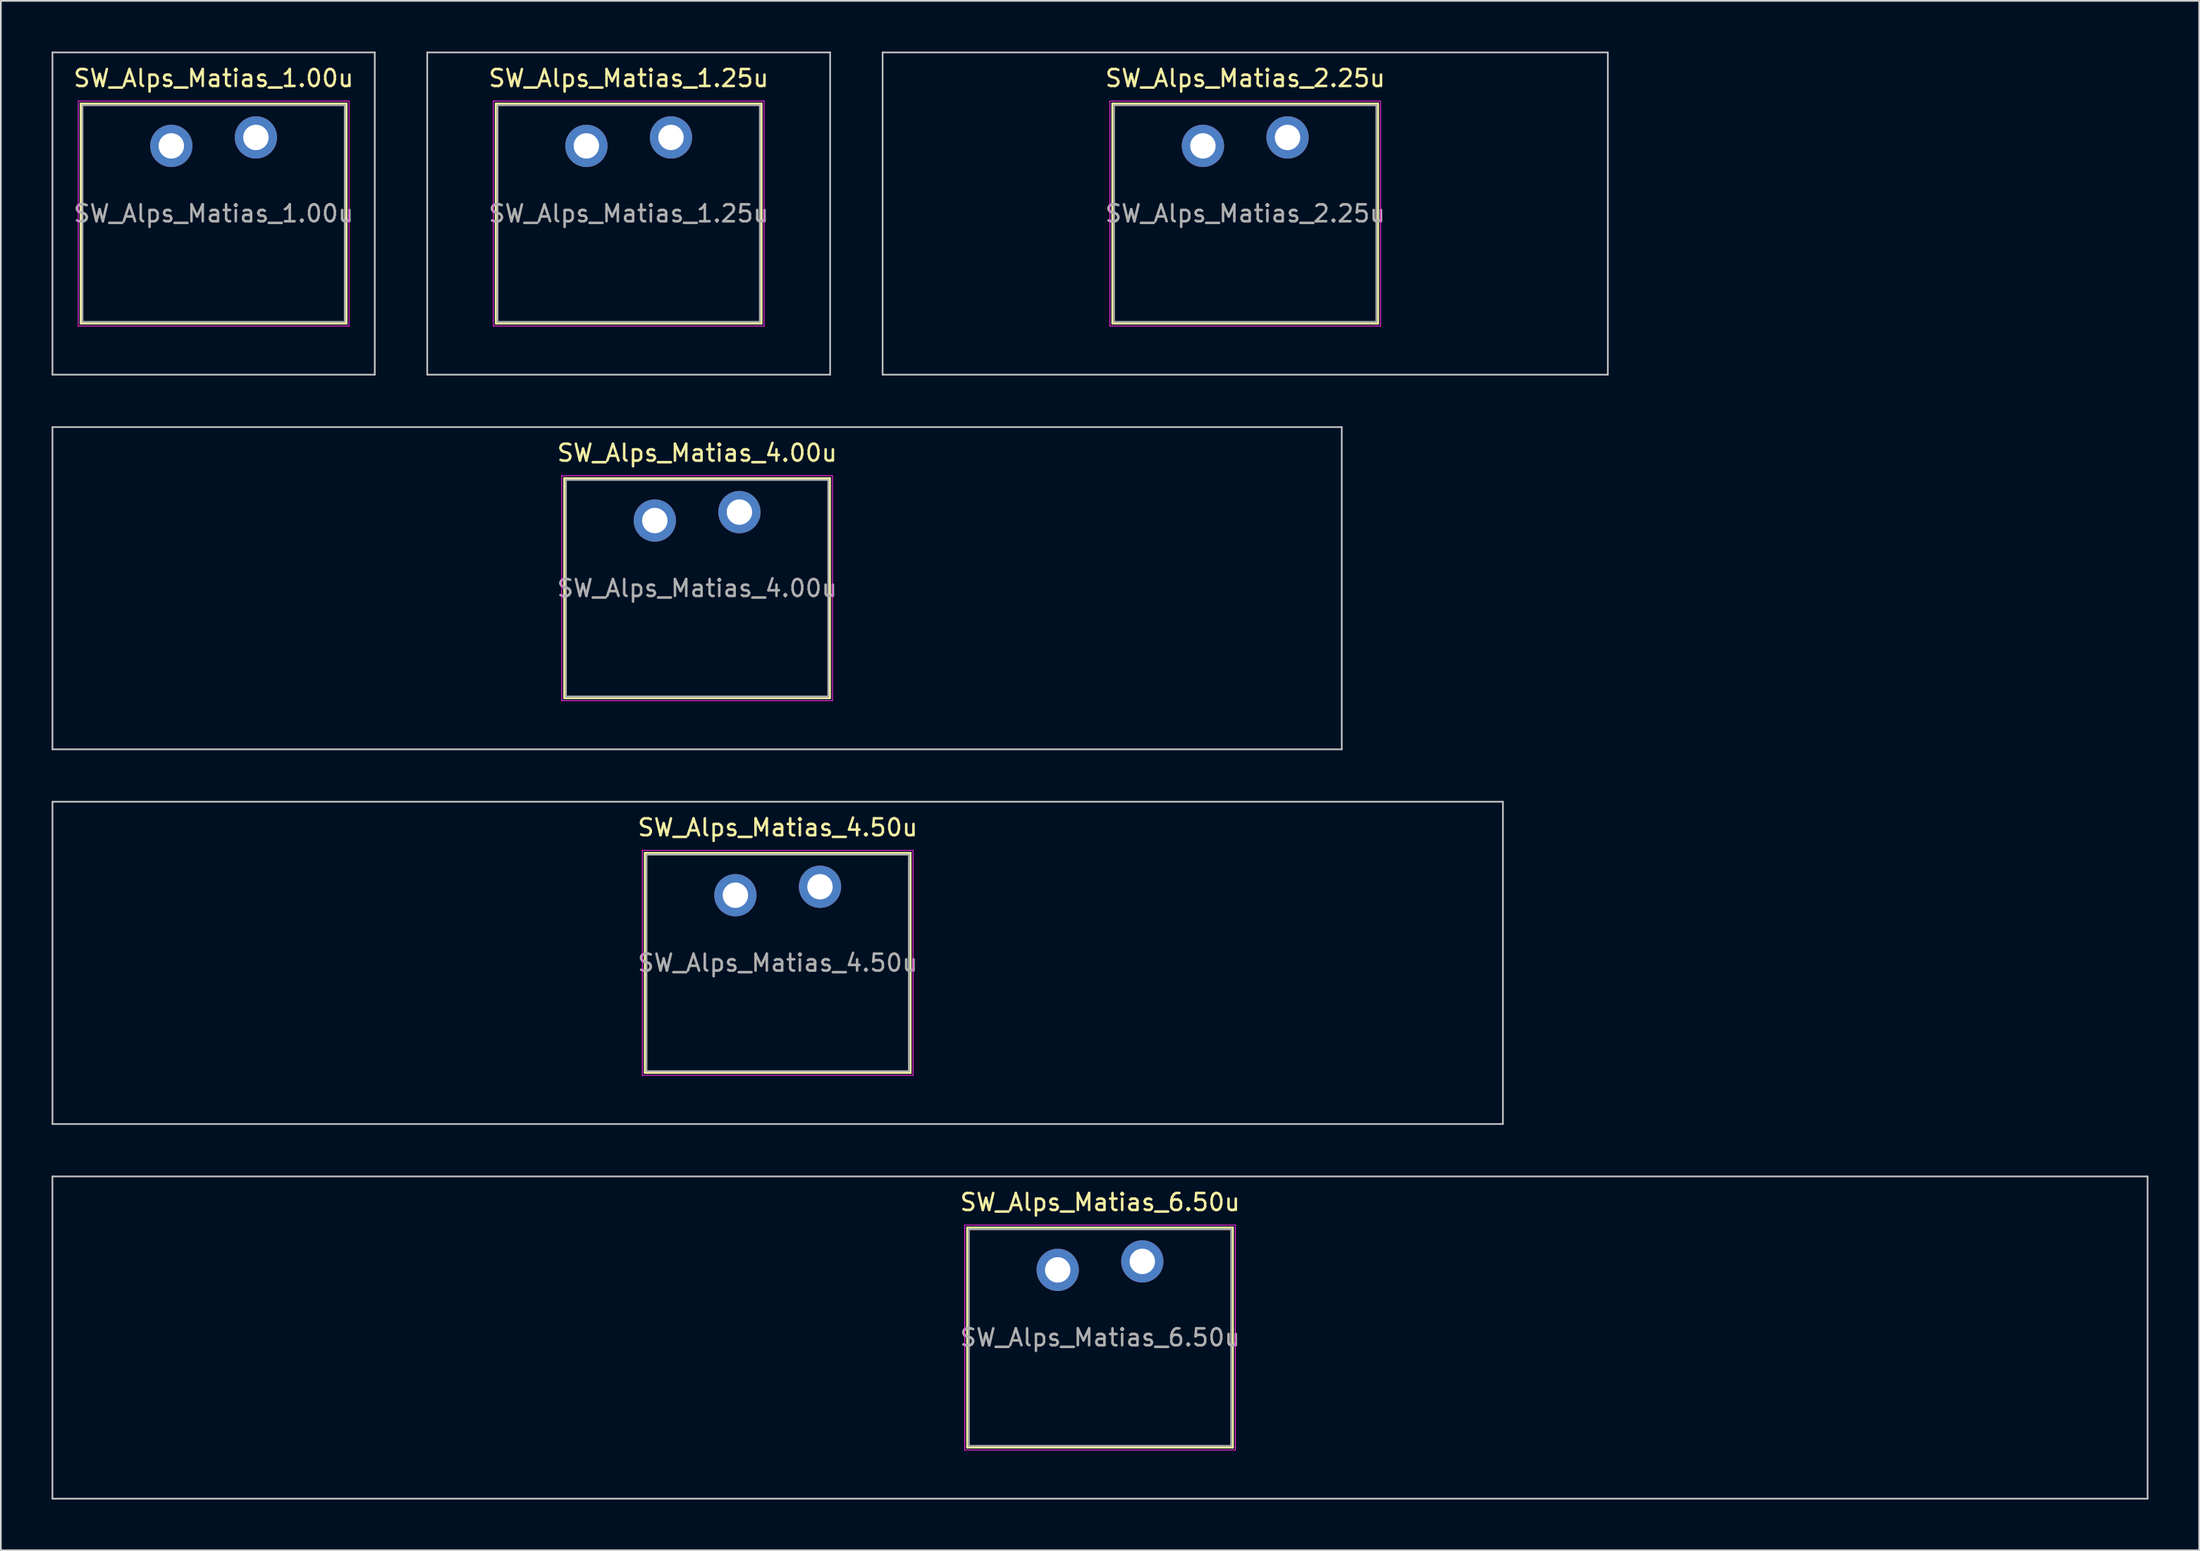
<source format=kicad_pcb>
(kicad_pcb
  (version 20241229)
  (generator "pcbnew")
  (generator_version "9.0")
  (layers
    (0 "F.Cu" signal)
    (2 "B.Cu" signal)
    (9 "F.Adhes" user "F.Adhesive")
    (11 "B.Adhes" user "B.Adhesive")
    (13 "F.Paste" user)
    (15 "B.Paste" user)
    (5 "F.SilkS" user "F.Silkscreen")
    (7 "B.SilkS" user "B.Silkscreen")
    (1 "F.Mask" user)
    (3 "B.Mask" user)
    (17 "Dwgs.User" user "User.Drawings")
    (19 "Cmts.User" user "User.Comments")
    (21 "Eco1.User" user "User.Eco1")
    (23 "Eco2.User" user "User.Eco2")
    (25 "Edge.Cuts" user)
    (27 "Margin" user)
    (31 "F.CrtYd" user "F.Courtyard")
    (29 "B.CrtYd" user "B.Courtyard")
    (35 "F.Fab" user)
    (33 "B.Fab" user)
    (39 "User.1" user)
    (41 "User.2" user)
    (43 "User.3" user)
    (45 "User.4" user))
  (footprint "SW_Alps_Matias_1.25u"
    (layer "F.Cu")
    (at 34.106 9.575)
    (property "Reference" "SW_Alps_Matias_1.25u" (at 0 -8 0) (layer "F.SilkS") (effects (font (size 1 1) (thickness 0.15))))
    (attr through_hole)
    (fp_line (start -7.85 -6.5) (end -7.85 6.5) (stroke (width 0.12) (type solid)) (layer "F.SilkS"))
    (fp_line (start -7.85 6.5) (end 7.85 6.5) (stroke (width 0.12) (type solid)) (layer "F.SilkS"))
    (fp_line (start 7.85 -6.5) (end -7.85 -6.5) (stroke (width 0.12) (type solid)) (layer "F.SilkS"))
    (fp_line (start 7.85 6.5) (end 7.85 -6.5) (stroke (width 0.12) (type solid)) (layer "F.SilkS"))
    (fp_line (start -11.906 -9.525) (end -11.906 9.525) (stroke (width 0.1) (type solid)) (layer "Dwgs.User"))
    (fp_line (start -11.906 9.525) (end 11.906 9.525) (stroke (width 0.1) (type solid)) (layer "Dwgs.User"))
    (fp_line (start 11.906 -9.525) (end -11.906 -9.525) (stroke (width 0.1) (type solid)) (layer "Dwgs.User"))
    (fp_line (start 11.906 9.525) (end 11.906 -9.525) (stroke (width 0.1) (type solid)) (layer "Dwgs.User"))
    (fp_line (start -8 -6.65) (end -8 6.65) (stroke (width 0.05) (type solid)) (layer "F.CrtYd"))
    (fp_line (start -8 6.65) (end 8 6.65) (stroke (width 0.05) (type solid)) (layer "F.CrtYd"))
    (fp_line (start 8 -6.65) (end -8 -6.65) (stroke (width 0.05) (type solid)) (layer "F.CrtYd"))
    (fp_line (start 8 6.65) (end 8 -6.65) (stroke (width 0.05) (type solid)) (layer "F.CrtYd"))
    (fp_line (start -7.75 -6.4) (end -7.75 6.4) (stroke (width 0.1) (type solid)) (layer "F.Fab"))
    (fp_line (start -7.75 6.4) (end 7.75 6.4) (stroke (width 0.1) (type solid)) (layer "F.Fab"))
    (fp_line (start 7.75 -6.4) (end -7.75 -6.4) (stroke (width 0.1) (type solid)) (layer "F.Fab"))
    (fp_line (start 7.75 6.4) (end 7.75 -6.4) (stroke (width 0.1) (type solid)) (layer "F.Fab"))
    (fp_text user "${REFERENCE}" (at 0 0 0) (layer "F.Fab") (effects (font (size 1 1) (thickness 0.15))))
    (pad "1" thru_hole circle (at -2.5 -4) (size 2.5 2.5) (drill 1.5) (layers "*.Cu" "B.Mask"))
    (pad "2" thru_hole circle (at 2.5 -4.5) (size 2.5 2.5) (drill 1.5) (layers "*.Cu" "B.Mask")))
  (footprint "SW_Alps_Matias_1.00u"
    (layer "F.Cu")
    (at 9.575 9.575)
    (property "Reference" "SW_Alps_Matias_1.00u" (at 0 -8 0) (layer "F.SilkS") (effects (font (size 1 1) (thickness 0.15))))
    (attr through_hole)
    (fp_line (start -7.85 -6.5) (end -7.85 6.5) (stroke (width 0.12) (type solid)) (layer "F.SilkS"))
    (fp_line (start -7.85 6.5) (end 7.85 6.5) (stroke (width 0.12) (type solid)) (layer "F.SilkS"))
    (fp_line (start 7.85 -6.5) (end -7.85 -6.5) (stroke (width 0.12) (type solid)) (layer "F.SilkS"))
    (fp_line (start 7.85 6.5) (end 7.85 -6.5) (stroke (width 0.12) (type solid)) (layer "F.SilkS"))
    (fp_line (start -9.525 -9.525) (end -9.525 9.525) (stroke (width 0.1) (type solid)) (layer "Dwgs.User"))
    (fp_line (start -9.525 9.525) (end 9.525 9.525) (stroke (width 0.1) (type solid)) (layer "Dwgs.User"))
    (fp_line (start 9.525 -9.525) (end -9.525 -9.525) (stroke (width 0.1) (type solid)) (layer "Dwgs.User"))
    (fp_line (start 9.525 9.525) (end 9.525 -9.525) (stroke (width 0.1) (type solid)) (layer "Dwgs.User"))
    (fp_line (start -7.75 -6.4) (end -7.75 6.4) (stroke (width 0.1) (type solid)) (layer "Eco1.User"))
    (fp_line (start -7.75 6.4) (end 7.75 6.4) (stroke (width 0.1) (type solid)) (layer "Eco1.User"))
    (fp_line (start 7.75 -6.4) (end -7.75 -6.4) (stroke (width 0.1) (type solid)) (layer "Eco1.User"))
    (fp_line (start 7.75 6.4) (end 7.75 -6.4) (stroke (width 0.1) (type solid)) (layer "Eco1.User"))
    (fp_line (start -8 -6.65) (end -8 6.65) (stroke (width 0.05) (type solid)) (layer "F.CrtYd"))
    (fp_line (start -8 6.65) (end 8 6.65) (stroke (width 0.05) (type solid)) (layer "F.CrtYd"))
    (fp_line (start 8 -6.65) (end -8 -6.65) (stroke (width 0.05) (type solid)) (layer "F.CrtYd"))
    (fp_line (start 8 6.65) (end 8 -6.65) (stroke (width 0.05) (type solid)) (layer "F.CrtYd"))
    (fp_line (start -7.75 -6.4) (end -7.75 6.4) (stroke (width 0.1) (type solid)) (layer "F.Fab"))
    (fp_line (start -7.75 6.4) (end 7.75 6.4) (stroke (width 0.1) (type solid)) (layer "F.Fab"))
    (fp_line (start 7.75 -6.4) (end -7.75 -6.4) (stroke (width 0.1) (type solid)) (layer "F.Fab"))
    (fp_line (start 7.75 6.4) (end 7.75 -6.4) (stroke (width 0.1) (type solid)) (layer "F.Fab"))
    (fp_text user "${REFERENCE}" (at 0 0 0) (layer "F.Fab") (effects (font (size 1 1) (thickness 0.15))))
    (pad "1" thru_hole circle (at -2.5 -4) (size 2.5 2.5) (drill 1.5) (layers "*.Cu" "*.Mask"))
    (pad "2" thru_hole circle (at 2.5 -4.5) (size 2.5 2.5) (drill 1.5) (layers "*.Cu" "*.Mask")))
  (footprint "SW_Alps_Matias_2.25u"
    (layer "F.Cu")
    (at 70.544 9.575)
    (property "Reference" "SW_Alps_Matias_2.25u" (at 0 -8 0) (layer "F.SilkS") (effects (font (size 1 1) (thickness 0.15))))
    (attr through_hole)
    (fp_line (start -7.85 -6.5) (end -7.85 6.5) (stroke (width 0.12) (type solid)) (layer "F.SilkS"))
    (fp_line (start -7.85 6.5) (end 7.85 6.5) (stroke (width 0.12) (type solid)) (layer "F.SilkS"))
    (fp_line (start 7.85 -6.5) (end -7.85 -6.5) (stroke (width 0.12) (type solid)) (layer "F.SilkS"))
    (fp_line (start 7.85 6.5) (end 7.85 -6.5) (stroke (width 0.12) (type solid)) (layer "F.SilkS"))
    (fp_line (start -21.431 -9.525) (end -21.431 9.525) (stroke (width 0.1) (type solid)) (layer "Dwgs.User"))
    (fp_line (start -21.431 9.525) (end 21.431 9.525) (stroke (width 0.1) (type solid)) (layer "Dwgs.User"))
    (fp_line (start 21.431 -9.525) (end -21.431 -9.525) (stroke (width 0.1) (type solid)) (layer "Dwgs.User"))
    (fp_line (start 21.431 9.525) (end 21.431 -9.525) (stroke (width 0.1) (type solid)) (layer "Dwgs.User"))
    (fp_line (start -7.75 -6.4) (end -7.75 6.4) (stroke (width 0.1) (type solid)) (layer "Eco1.User"))
    (fp_line (start -7.75 6.4) (end 7.75 6.4) (stroke (width 0.1) (type solid)) (layer "Eco1.User"))
    (fp_line (start 7.75 -6.4) (end -7.75 -6.4) (stroke (width 0.1) (type solid)) (layer "Eco1.User"))
    (fp_line (start 7.75 6.4) (end 7.75 -6.4) (stroke (width 0.1) (type solid)) (layer "Eco1.User"))
    (fp_line (start -8 -6.65) (end -8 6.65) (stroke (width 0.05) (type solid)) (layer "F.CrtYd"))
    (fp_line (start -8 6.65) (end 8 6.65) (stroke (width 0.05) (type solid)) (layer "F.CrtYd"))
    (fp_line (start 8 -6.65) (end -8 -6.65) (stroke (width 0.05) (type solid)) (layer "F.CrtYd"))
    (fp_line (start 8 6.65) (end 8 -6.65) (stroke (width 0.05) (type solid)) (layer "F.CrtYd"))
    (fp_line (start -7.75 -6.4) (end -7.75 6.4) (stroke (width 0.1) (type solid)) (layer "F.Fab"))
    (fp_line (start -7.75 6.4) (end 7.75 6.4) (stroke (width 0.1) (type solid)) (layer "F.Fab"))
    (fp_line (start 7.75 -6.4) (end -7.75 -6.4) (stroke (width 0.1) (type solid)) (layer "F.Fab"))
    (fp_line (start 7.75 6.4) (end 7.75 -6.4) (stroke (width 0.1) (type solid)) (layer "F.Fab"))
    (fp_text user "${REFERENCE}" (at 0 0 0) (layer "F.Fab") (effects (font (size 1 1) (thickness 0.15))))
    (pad "1" thru_hole circle (at -2.5 -4) (size 2.5 2.5) (drill 1.5) (layers "*.Cu" "*.Mask"))
    (pad "2" thru_hole circle (at 2.5 -4.5) (size 2.5 2.5) (drill 1.5) (layers "*.Cu" "*.Mask")))
  (footprint "SW_Alps_Matias_4.00u"
    (layer "F.Cu")
    (at 38.15 31.725)
    (property "Reference" "SW_Alps_Matias_4.00u" (at 0 -8 0) (layer "F.SilkS") (effects (font (size 1 1) (thickness 0.15))))
    (attr through_hole)
    (fp_line (start -7.85 -6.5) (end -7.85 6.5) (stroke (width 0.12) (type solid)) (layer "F.SilkS"))
    (fp_line (start -7.85 6.5) (end 7.85 6.5) (stroke (width 0.12) (type solid)) (layer "F.SilkS"))
    (fp_line (start 7.85 -6.5) (end -7.85 -6.5) (stroke (width 0.12) (type solid)) (layer "F.SilkS"))
    (fp_line (start 7.85 6.5) (end 7.85 -6.5) (stroke (width 0.12) (type solid)) (layer "F.SilkS"))
    (fp_line (start -38.1 -9.525) (end -38.1 9.525) (stroke (width 0.1) (type solid)) (layer "Dwgs.User"))
    (fp_line (start -38.1 9.525) (end 38.1 9.525) (stroke (width 0.1) (type solid)) (layer "Dwgs.User"))
    (fp_line (start 38.1 -9.525) (end -38.1 -9.525) (stroke (width 0.1) (type solid)) (layer "Dwgs.User"))
    (fp_line (start 38.1 9.525) (end 38.1 -9.525) (stroke (width 0.1) (type solid)) (layer "Dwgs.User"))
    (fp_line (start -8 -6.65) (end -8 6.65) (stroke (width 0.05) (type solid)) (layer "F.CrtYd"))
    (fp_line (start -8 6.65) (end 8 6.65) (stroke (width 0.05) (type solid)) (layer "F.CrtYd"))
    (fp_line (start 8 -6.65) (end -8 -6.65) (stroke (width 0.05) (type solid)) (layer "F.CrtYd"))
    (fp_line (start 8 6.65) (end 8 -6.65) (stroke (width 0.05) (type solid)) (layer "F.CrtYd"))
    (fp_line (start -7.75 -6.4) (end -7.75 6.4) (stroke (width 0.1) (type solid)) (layer "F.Fab"))
    (fp_line (start -7.75 6.4) (end 7.75 6.4) (stroke (width 0.1) (type solid)) (layer "F.Fab"))
    (fp_line (start 7.75 -6.4) (end -7.75 -6.4) (stroke (width 0.1) (type solid)) (layer "F.Fab"))
    (fp_line (start 7.75 6.4) (end 7.75 -6.4) (stroke (width 0.1) (type solid)) (layer "F.Fab"))
    (fp_text user "${REFERENCE}" (at 0 0 0) (layer "F.Fab") (effects (font (size 1 1) (thickness 0.15))))
    (pad "1" thru_hole circle (at -2.5 -4) (size 2.5 2.5) (drill 1.5) (layers "*.Cu" "B.Mask"))
    (pad "2" thru_hole circle (at 2.5 -4.5) (size 2.5 2.5) (drill 1.5) (layers "*.Cu" "B.Mask")))
  (footprint "SW_Alps_Matias_6.50u"
    (layer "F.Cu")
    (at 61.962 76.025)
    (property "Reference" "SW_Alps_Matias_6.50u" (at 0 -8 0) (layer "F.SilkS") (effects (font (size 1 1) (thickness 0.15))))
    (attr through_hole)
    (fp_line (start -7.85 -6.5) (end -7.85 6.5) (stroke (width 0.12) (type solid)) (layer "F.SilkS"))
    (fp_line (start -7.85 6.5) (end 7.85 6.5) (stroke (width 0.12) (type solid)) (layer "F.SilkS"))
    (fp_line (start 7.85 -6.5) (end -7.85 -6.5) (stroke (width 0.12) (type solid)) (layer "F.SilkS"))
    (fp_line (start 7.85 6.5) (end 7.85 -6.5) (stroke (width 0.12) (type solid)) (layer "F.SilkS"))
    (fp_line (start -61.913 -9.525) (end -61.913 9.525) (stroke (width 0.1) (type solid)) (layer "Dwgs.User"))
    (fp_line (start -61.913 9.525) (end 61.913 9.525) (stroke (width 0.1) (type solid)) (layer "Dwgs.User"))
    (fp_line (start 61.913 -9.525) (end -61.913 -9.525) (stroke (width 0.1) (type solid)) (layer "Dwgs.User"))
    (fp_line (start 61.913 9.525) (end 61.913 -9.525) (stroke (width 0.1) (type solid)) (layer "Dwgs.User"))
    (fp_line (start -8 -6.65) (end -8 6.65) (stroke (width 0.05) (type solid)) (layer "F.CrtYd"))
    (fp_line (start -8 6.65) (end 8 6.65) (stroke (width 0.05) (type solid)) (layer "F.CrtYd"))
    (fp_line (start 8 -6.65) (end -8 -6.65) (stroke (width 0.05) (type solid)) (layer "F.CrtYd"))
    (fp_line (start 8 6.65) (end 8 -6.65) (stroke (width 0.05) (type solid)) (layer "F.CrtYd"))
    (fp_line (start -7.75 -6.4) (end -7.75 6.4) (stroke (width 0.1) (type solid)) (layer "F.Fab"))
    (fp_line (start -7.75 6.4) (end 7.75 6.4) (stroke (width 0.1) (type solid)) (layer "F.Fab"))
    (fp_line (start 7.75 -6.4) (end -7.75 -6.4) (stroke (width 0.1) (type solid)) (layer "F.Fab"))
    (fp_line (start 7.75 6.4) (end 7.75 -6.4) (stroke (width 0.1) (type solid)) (layer "F.Fab"))
    (fp_text user "${REFERENCE}" (at 0 0 0) (layer "F.Fab") (effects (font (size 1 1) (thickness 0.15))))
    (pad "1" thru_hole circle (at -2.5 -4) (size 2.5 2.5) (drill 1.5) (layers "*.Cu" "B.Mask"))
    (pad "2" thru_hole circle (at 2.5 -4.5) (size 2.5 2.5) (drill 1.5) (layers "*.Cu" "B.Mask")))
  (footprint "SW_Alps_Matias_4.50u"
    (layer "F.Cu")
    (at 42.913 53.875)
    (property "Reference" "SW_Alps_Matias_4.50u" (at 0 -8 0) (layer "F.SilkS") (effects (font (size 1 1) (thickness 0.15))))
    (attr through_hole)
    (fp_line (start -7.85 -6.5) (end -7.85 6.5) (stroke (width 0.12) (type solid)) (layer "F.SilkS"))
    (fp_line (start -7.85 6.5) (end 7.85 6.5) (stroke (width 0.12) (type solid)) (layer "F.SilkS"))
    (fp_line (start 7.85 -6.5) (end -7.85 -6.5) (stroke (width 0.12) (type solid)) (layer "F.SilkS"))
    (fp_line (start 7.85 6.5) (end 7.85 -6.5) (stroke (width 0.12) (type solid)) (layer "F.SilkS"))
    (fp_line (start -42.862 -9.525) (end -42.862 9.525) (stroke (width 0.1) (type solid)) (layer "Dwgs.User"))
    (fp_line (start -42.862 9.525) (end 42.862 9.525) (stroke (width 0.1) (type solid)) (layer "Dwgs.User"))
    (fp_line (start 42.862 -9.525) (end -42.862 -9.525) (stroke (width 0.1) (type solid)) (layer "Dwgs.User"))
    (fp_line (start 42.862 9.525) (end 42.862 -9.525) (stroke (width 0.1) (type solid)) (layer "Dwgs.User"))
    (fp_line (start -8 -6.65) (end -8 6.65) (stroke (width 0.05) (type solid)) (layer "F.CrtYd"))
    (fp_line (start -8 6.65) (end 8 6.65) (stroke (width 0.05) (type solid)) (layer "F.CrtYd"))
    (fp_line (start 8 -6.65) (end -8 -6.65) (stroke (width 0.05) (type solid)) (layer "F.CrtYd"))
    (fp_line (start 8 6.65) (end 8 -6.65) (stroke (width 0.05) (type solid)) (layer "F.CrtYd"))
    (fp_line (start -7.75 -6.4) (end -7.75 6.4) (stroke (width 0.1) (type solid)) (layer "F.Fab"))
    (fp_line (start -7.75 6.4) (end 7.75 6.4) (stroke (width 0.1) (type solid)) (layer "F.Fab"))
    (fp_line (start 7.75 -6.4) (end -7.75 -6.4) (stroke (width 0.1) (type solid)) (layer "F.Fab"))
    (fp_line (start 7.75 6.4) (end 7.75 -6.4) (stroke (width 0.1) (type solid)) (layer "F.Fab"))
    (fp_text user "${REFERENCE}" (at 0 0 0) (layer "F.Fab") (effects (font (size 1 1) (thickness 0.15))))
    (pad "1" thru_hole circle (at -2.5 -4) (size 2.5 2.5) (drill 1.5) (layers "*.Cu" "B.Mask"))
    (pad "2" thru_hole circle (at 2.5 -4.5) (size 2.5 2.5) (drill 1.5) (layers "*.Cu" "B.Mask")))
  (gr_rect
    (start -3 -3)
    (end 126.925 88.6)
    (stroke (width 0.1) (type default))
    (fill no)
    (layer "Edge.Cuts")))
</source>
